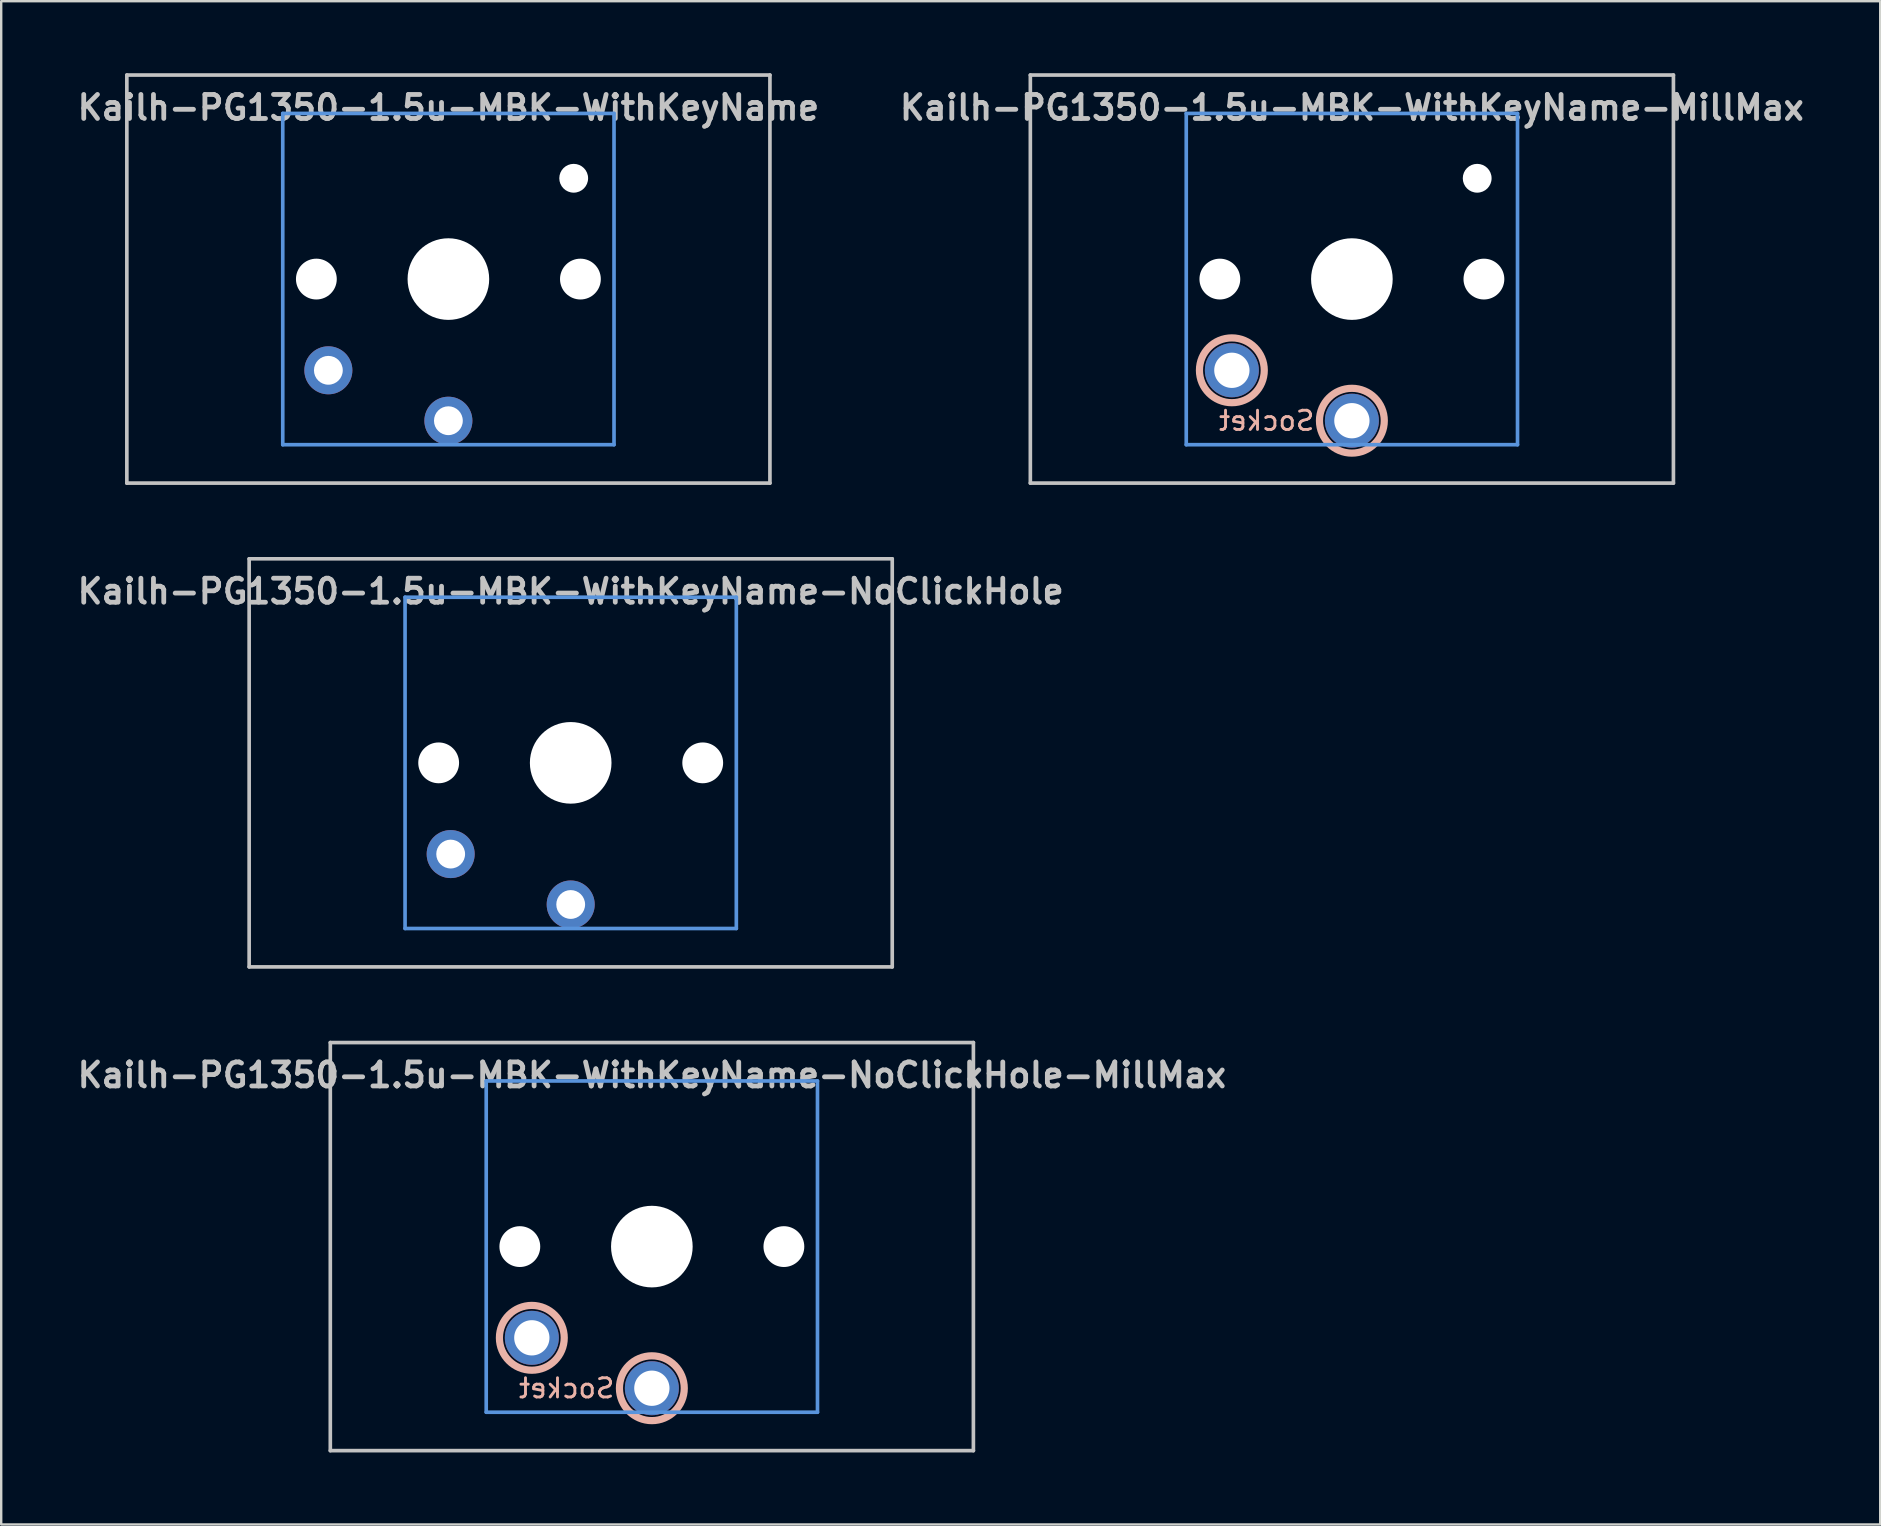
<source format=kicad_pcb>
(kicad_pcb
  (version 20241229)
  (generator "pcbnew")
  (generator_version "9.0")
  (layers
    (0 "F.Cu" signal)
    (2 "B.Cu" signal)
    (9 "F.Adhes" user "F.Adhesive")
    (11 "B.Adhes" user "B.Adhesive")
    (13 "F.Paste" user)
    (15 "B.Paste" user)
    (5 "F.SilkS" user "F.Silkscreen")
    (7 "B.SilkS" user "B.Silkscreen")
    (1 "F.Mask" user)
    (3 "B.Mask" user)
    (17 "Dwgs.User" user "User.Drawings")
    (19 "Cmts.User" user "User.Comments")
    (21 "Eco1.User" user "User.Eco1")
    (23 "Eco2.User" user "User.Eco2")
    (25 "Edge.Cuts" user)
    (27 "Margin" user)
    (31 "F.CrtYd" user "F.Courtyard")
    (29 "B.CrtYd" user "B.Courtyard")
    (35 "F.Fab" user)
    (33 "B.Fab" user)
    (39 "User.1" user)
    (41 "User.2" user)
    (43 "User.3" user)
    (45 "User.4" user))
  (footprint "Kailh-PG1350-1.5u-MBK-WithKeyName"
    (layer "F.Cu")
    (at 15.629 8.576)
    (property "Reference" "Kailh-PG1350-1.5u-MBK-WithKeyName" (at 0 -7.144 180) (layer "Dwgs.User") (effects (font (size 1 1) (thickness 0.2))))
    (attr through_hole)
    (fp_line (start -13.395 -8.5) (end 13.395 -8.5) (stroke (width 0.152) (type solid)) (layer "Dwgs.User"))
    (fp_line (start -13.395 8.5) (end -13.395 -8.5) (stroke (width 0.152) (type solid)) (layer "Dwgs.User"))
    (fp_line (start 13.395 -8.5) (end 13.395 8.5) (stroke (width 0.152) (type solid)) (layer "Dwgs.User"))
    (fp_line (start 13.395 8.5) (end -13.395 8.5) (stroke (width 0.152) (type solid)) (layer "Dwgs.User"))
    (fp_line (start -6.9 -6.9) (end 6.9 -6.9) (stroke (width 0.152) (type solid)) (layer "Cmts.User"))
    (fp_line (start -6.9 6.9) (end -6.9 -6.9) (stroke (width 0.152) (type solid)) (layer "Cmts.User"))
    (fp_line (start 6.9 -6.9) (end 6.9 6.9) (stroke (width 0.152) (type solid)) (layer "Cmts.User"))
    (fp_line (start 6.9 6.9) (end -6.9 6.9) (stroke (width 0.152) (type solid)) (layer "Cmts.User"))
    (fp_line (start -7.5 -7.5) (end 7.5 -7.5) (stroke (width 0.152) (type solid)) (layer "Eco2.User"))
    (fp_line (start -7.5 7.5) (end -7.5 -7.5) (stroke (width 0.152) (type solid)) (layer "Eco2.User"))
    (fp_line (start -2.6 -3.1) (end -2.6 -6.3) (stroke (width 0.15) (type solid)) (layer "Eco2.User"))
    (fp_line (start -2.6 -3.1) (end 2.6 -3.1) (stroke (width 0.15) (type solid)) (layer "Eco2.User"))
    (fp_line (start 2.6 -6.3) (end -2.6 -6.3) (stroke (width 0.15) (type solid)) (layer "Eco2.User"))
    (fp_line (start 2.6 -3.1) (end 2.6 -6.3) (stroke (width 0.15) (type solid)) (layer "Eco2.User"))
    (fp_line (start 7.5 -7.5) (end 7.5 7.5) (stroke (width 0.152) (type solid)) (layer "Eco2.User"))
    (fp_line (start 7.5 7.5) (end -7.5 7.5) (stroke (width 0.152) (type solid)) (layer "Eco2.User"))
    (pad "" np_thru_hole circle (at -5.5 0 180) (size 1.7 1.7) (drill 1.7) (layers "*.Cu" "*.Mask"))
    (pad "" np_thru_hole circle (at 0 0 180) (size 3.4 3.4) (drill 3.4) (layers "*.Cu" "*.Mask"))
    (pad "" np_thru_hole circle (at 5.22 -4.2 180) (size 1.2 1.2) (drill 1.2) (layers "*.Cu" "*.Mask"))
    (pad "" np_thru_hole circle (at 5.5 0 180) (size 1.7 1.7) (drill 1.7) (layers "*.Cu" "*.Mask"))
    (pad "1" thru_hole circle (at 0 5.9 180) (size 2 2) (drill 1.2) (layers "*.Cu" "*.Mask"))
    (pad "2" thru_hole circle (at -5 3.8 41.9) (size 2 2) (drill 1.2) (layers "*.Cu" "*.Mask")))
  (footprint "Kailh-PG1350-1.5u-MBK-WithKeyName-NoClickHole-MillMax"
    (layer "F.Cu")
    (at 24.105 48.881)
    (property "Reference" "Kailh-PG1350-1.5u-MBK-WithKeyName-NoClickHole-MillMax" (at 0 -7.144 180) (layer "Dwgs.User") (effects (font (size 1 1) (thickness 0.2))))
    (attr through_hole)
    (fp_circle (center -5 3.8) (end -3.65 3.8) (stroke (width 0.3) (type solid)) (fill no) (layer "B.SilkS"))
    (fp_circle (center 0 5.9) (end 1.35 5.9) (stroke (width 0.3) (type solid)) (fill no) (layer "B.SilkS"))
    (fp_line (start -13.395 -8.5) (end 13.395 -8.5) (stroke (width 0.152) (type solid)) (layer "Dwgs.User"))
    (fp_line (start -13.395 8.5) (end -13.395 -8.5) (stroke (width 0.152) (type solid)) (layer "Dwgs.User"))
    (fp_line (start 13.395 -8.5) (end 13.395 8.5) (stroke (width 0.152) (type solid)) (layer "Dwgs.User"))
    (fp_line (start 13.395 8.5) (end -13.395 8.5) (stroke (width 0.152) (type solid)) (layer "Dwgs.User"))
    (fp_line (start -6.9 -6.9) (end 6.9 -6.9) (stroke (width 0.152) (type solid)) (layer "Cmts.User"))
    (fp_line (start -6.9 6.9) (end -6.9 -6.9) (stroke (width 0.152) (type solid)) (layer "Cmts.User"))
    (fp_line (start 6.9 -6.9) (end 6.9 6.9) (stroke (width 0.152) (type solid)) (layer "Cmts.User"))
    (fp_line (start 6.9 6.9) (end -6.9 6.9) (stroke (width 0.152) (type solid)) (layer "Cmts.User"))
    (fp_line (start -7.5 -7.5) (end 7.5 -7.5) (stroke (width 0.152) (type solid)) (layer "Eco2.User"))
    (fp_line (start -7.5 7.5) (end -7.5 -7.5) (stroke (width 0.152) (type solid)) (layer "Eco2.User"))
    (fp_line (start -2.6 -3.1) (end -2.6 -6.3) (stroke (width 0.15) (type solid)) (layer "Eco2.User"))
    (fp_line (start -2.6 -3.1) (end 2.6 -3.1) (stroke (width 0.15) (type solid)) (layer "Eco2.User"))
    (fp_line (start 2.6 -6.3) (end -2.6 -6.3) (stroke (width 0.15) (type solid)) (layer "Eco2.User"))
    (fp_line (start 2.6 -3.1) (end 2.6 -6.3) (stroke (width 0.15) (type solid)) (layer "Eco2.User"))
    (fp_line (start 7.5 -7.5) (end 7.5 7.5) (stroke (width 0.152) (type solid)) (layer "Eco2.User"))
    (fp_line (start 7.5 7.5) (end -7.5 7.5) (stroke (width 0.152) (type solid)) (layer "Eco2.User"))
    (fp_text user "Socket" (at -3.55 5.9 0) (layer "B.SilkS") (effects (font (size 0.8 0.8) (thickness 0.12)) (justify mirror)))
    (pad "" np_thru_hole circle (at -5.5 0 180) (size 1.7 1.7) (drill 1.7) (layers "*.Cu" "*.Mask"))
    (pad "" np_thru_hole circle (at 0 0 180) (size 3.4 3.4) (drill 3.4) (layers "*.Cu" "*.Mask"))
    (pad "" np_thru_hole circle (at 5.5 0 180) (size 1.7 1.7) (drill 1.7) (layers "*.Cu" "*.Mask"))
    (pad "1" thru_hole circle (at 0 5.9 180) (size 2.25 2.25) (drill 1.47) (layers "*.Cu" "*.Mask"))
    (pad "2" thru_hole circle (at -5 3.8 41.9) (size 2.25 2.25) (drill 1.47) (layers "*.Cu" "*.Mask")))
  (footprint "Kailh-PG1350-1.5u-MBK-WithKeyName-NoClickHole"
    (layer "F.Cu")
    (at 20.724 28.729)
    (property "Reference" "Kailh-PG1350-1.5u-MBK-WithKeyName-NoClickHole" (at 0 -7.144 180) (layer "Dwgs.User") (effects (font (size 1 1) (thickness 0.2))))
    (attr through_hole)
    (fp_line (start -13.395 -8.5) (end 13.395 -8.5) (stroke (width 0.152) (type solid)) (layer "Dwgs.User"))
    (fp_line (start -13.395 8.5) (end -13.395 -8.5) (stroke (width 0.152) (type solid)) (layer "Dwgs.User"))
    (fp_line (start 13.395 -8.5) (end 13.395 8.5) (stroke (width 0.152) (type solid)) (layer "Dwgs.User"))
    (fp_line (start 13.395 8.5) (end -13.395 8.5) (stroke (width 0.152) (type solid)) (layer "Dwgs.User"))
    (fp_line (start -6.9 -6.9) (end 6.9 -6.9) (stroke (width 0.152) (type solid)) (layer "Cmts.User"))
    (fp_line (start -6.9 6.9) (end -6.9 -6.9) (stroke (width 0.152) (type solid)) (layer "Cmts.User"))
    (fp_line (start 6.9 -6.9) (end 6.9 6.9) (stroke (width 0.152) (type solid)) (layer "Cmts.User"))
    (fp_line (start 6.9 6.9) (end -6.9 6.9) (stroke (width 0.152) (type solid)) (layer "Cmts.User"))
    (fp_line (start -7.5 -7.5) (end 7.5 -7.5) (stroke (width 0.152) (type solid)) (layer "Eco2.User"))
    (fp_line (start -7.5 7.5) (end -7.5 -7.5) (stroke (width 0.152) (type solid)) (layer "Eco2.User"))
    (fp_line (start -2.6 -3.1) (end -2.6 -6.3) (stroke (width 0.15) (type solid)) (layer "Eco2.User"))
    (fp_line (start -2.6 -3.1) (end 2.6 -3.1) (stroke (width 0.15) (type solid)) (layer "Eco2.User"))
    (fp_line (start 2.6 -6.3) (end -2.6 -6.3) (stroke (width 0.15) (type solid)) (layer "Eco2.User"))
    (fp_line (start 2.6 -3.1) (end 2.6 -6.3) (stroke (width 0.15) (type solid)) (layer "Eco2.User"))
    (fp_line (start 7.5 -7.5) (end 7.5 7.5) (stroke (width 0.152) (type solid)) (layer "Eco2.User"))
    (fp_line (start 7.5 7.5) (end -7.5 7.5) (stroke (width 0.152) (type solid)) (layer "Eco2.User"))
    (pad "" np_thru_hole circle (at -5.5 0 180) (size 1.7 1.7) (drill 1.7) (layers "*.Cu" "*.Mask"))
    (pad "" np_thru_hole circle (at 0 0 180) (size 3.4 3.4) (drill 3.4) (layers "*.Cu" "*.Mask"))
    (pad "" np_thru_hole circle (at 5.5 0 180) (size 1.7 1.7) (drill 1.7) (layers "*.Cu" "*.Mask"))
    (pad "1" thru_hole circle (at 0 5.9 180) (size 2 2) (drill 1.2) (layers "*.Cu" "*.Mask"))
    (pad "2" thru_hole circle (at -5 3.8 41.9) (size 2 2) (drill 1.2) (layers "*.Cu" "*.Mask")))
  (footprint "Kailh-PG1350-1.5u-MBK-WithKeyName-MillMax"
    (layer "F.Cu")
    (at 53.267 8.576)
    (property "Reference" "Kailh-PG1350-1.5u-MBK-WithKeyName-MillMax" (at 0 -7.144 180) (layer "Dwgs.User") (effects (font (size 1 1) (thickness 0.2))))
    (attr through_hole)
    (fp_circle (center -5 3.8) (end -3.65 3.8) (stroke (width 0.3) (type solid)) (fill no) (layer "B.SilkS"))
    (fp_circle (center 0 5.9) (end 1.35 5.9) (stroke (width 0.3) (type solid)) (fill no) (layer "B.SilkS"))
    (fp_line (start -13.395 -8.5) (end 13.395 -8.5) (stroke (width 0.152) (type solid)) (layer "Dwgs.User"))
    (fp_line (start -13.395 8.5) (end -13.395 -8.5) (stroke (width 0.152) (type solid)) (layer "Dwgs.User"))
    (fp_line (start 13.395 -8.5) (end 13.395 8.5) (stroke (width 0.152) (type solid)) (layer "Dwgs.User"))
    (fp_line (start 13.395 8.5) (end -13.395 8.5) (stroke (width 0.152) (type solid)) (layer "Dwgs.User"))
    (fp_line (start -6.9 -6.9) (end 6.9 -6.9) (stroke (width 0.152) (type solid)) (layer "Cmts.User"))
    (fp_line (start -6.9 6.9) (end -6.9 -6.9) (stroke (width 0.152) (type solid)) (layer "Cmts.User"))
    (fp_line (start 6.9 -6.9) (end 6.9 6.9) (stroke (width 0.152) (type solid)) (layer "Cmts.User"))
    (fp_line (start 6.9 6.9) (end -6.9 6.9) (stroke (width 0.152) (type solid)) (layer "Cmts.User"))
    (fp_line (start -7.5 -7.5) (end 7.5 -7.5) (stroke (width 0.152) (type solid)) (layer "Eco2.User"))
    (fp_line (start -7.5 7.5) (end -7.5 -7.5) (stroke (width 0.152) (type solid)) (layer "Eco2.User"))
    (fp_line (start -2.6 -3.1) (end -2.6 -6.3) (stroke (width 0.15) (type solid)) (layer "Eco2.User"))
    (fp_line (start -2.6 -3.1) (end 2.6 -3.1) (stroke (width 0.15) (type solid)) (layer "Eco2.User"))
    (fp_line (start 2.6 -6.3) (end -2.6 -6.3) (stroke (width 0.15) (type solid)) (layer "Eco2.User"))
    (fp_line (start 2.6 -3.1) (end 2.6 -6.3) (stroke (width 0.15) (type solid)) (layer "Eco2.User"))
    (fp_line (start 7.5 -7.5) (end 7.5 7.5) (stroke (width 0.152) (type solid)) (layer "Eco2.User"))
    (fp_line (start 7.5 7.5) (end -7.5 7.5) (stroke (width 0.152) (type solid)) (layer "Eco2.User"))
    (fp_text user "Socket" (at -3.55 5.9 0) (layer "B.SilkS") (effects (font (size 0.8 0.8) (thickness 0.12)) (justify mirror)))
    (pad "" np_thru_hole circle (at -5.5 0 180) (size 1.7 1.7) (drill 1.7) (layers "*.Cu" "*.Mask"))
    (pad "" np_thru_hole circle (at 0 0 180) (size 3.4 3.4) (drill 3.4) (layers "*.Cu" "*.Mask"))
    (pad "" np_thru_hole circle (at 5.22 -4.2 180) (size 1.2 1.2) (drill 1.2) (layers "*.Cu" "*.Mask"))
    (pad "" np_thru_hole circle (at 5.5 0 180) (size 1.7 1.7) (drill 1.7) (layers "*.Cu" "*.Mask"))
    (pad "1" thru_hole circle (at 0 5.9 180) (size 2.25 2.25) (drill 1.47) (layers "*.Cu" "*.Mask"))
    (pad "2" thru_hole circle (at -5 3.8 41.9) (size 2.25 2.25) (drill 1.47) (layers "*.Cu" "*.Mask")))
  (gr_rect
    (start -3 -3)
    (end 75.276 60.457)
    (stroke (width 0.1) (type default))
    (fill no)
    (layer "Edge.Cuts")))
</source>
